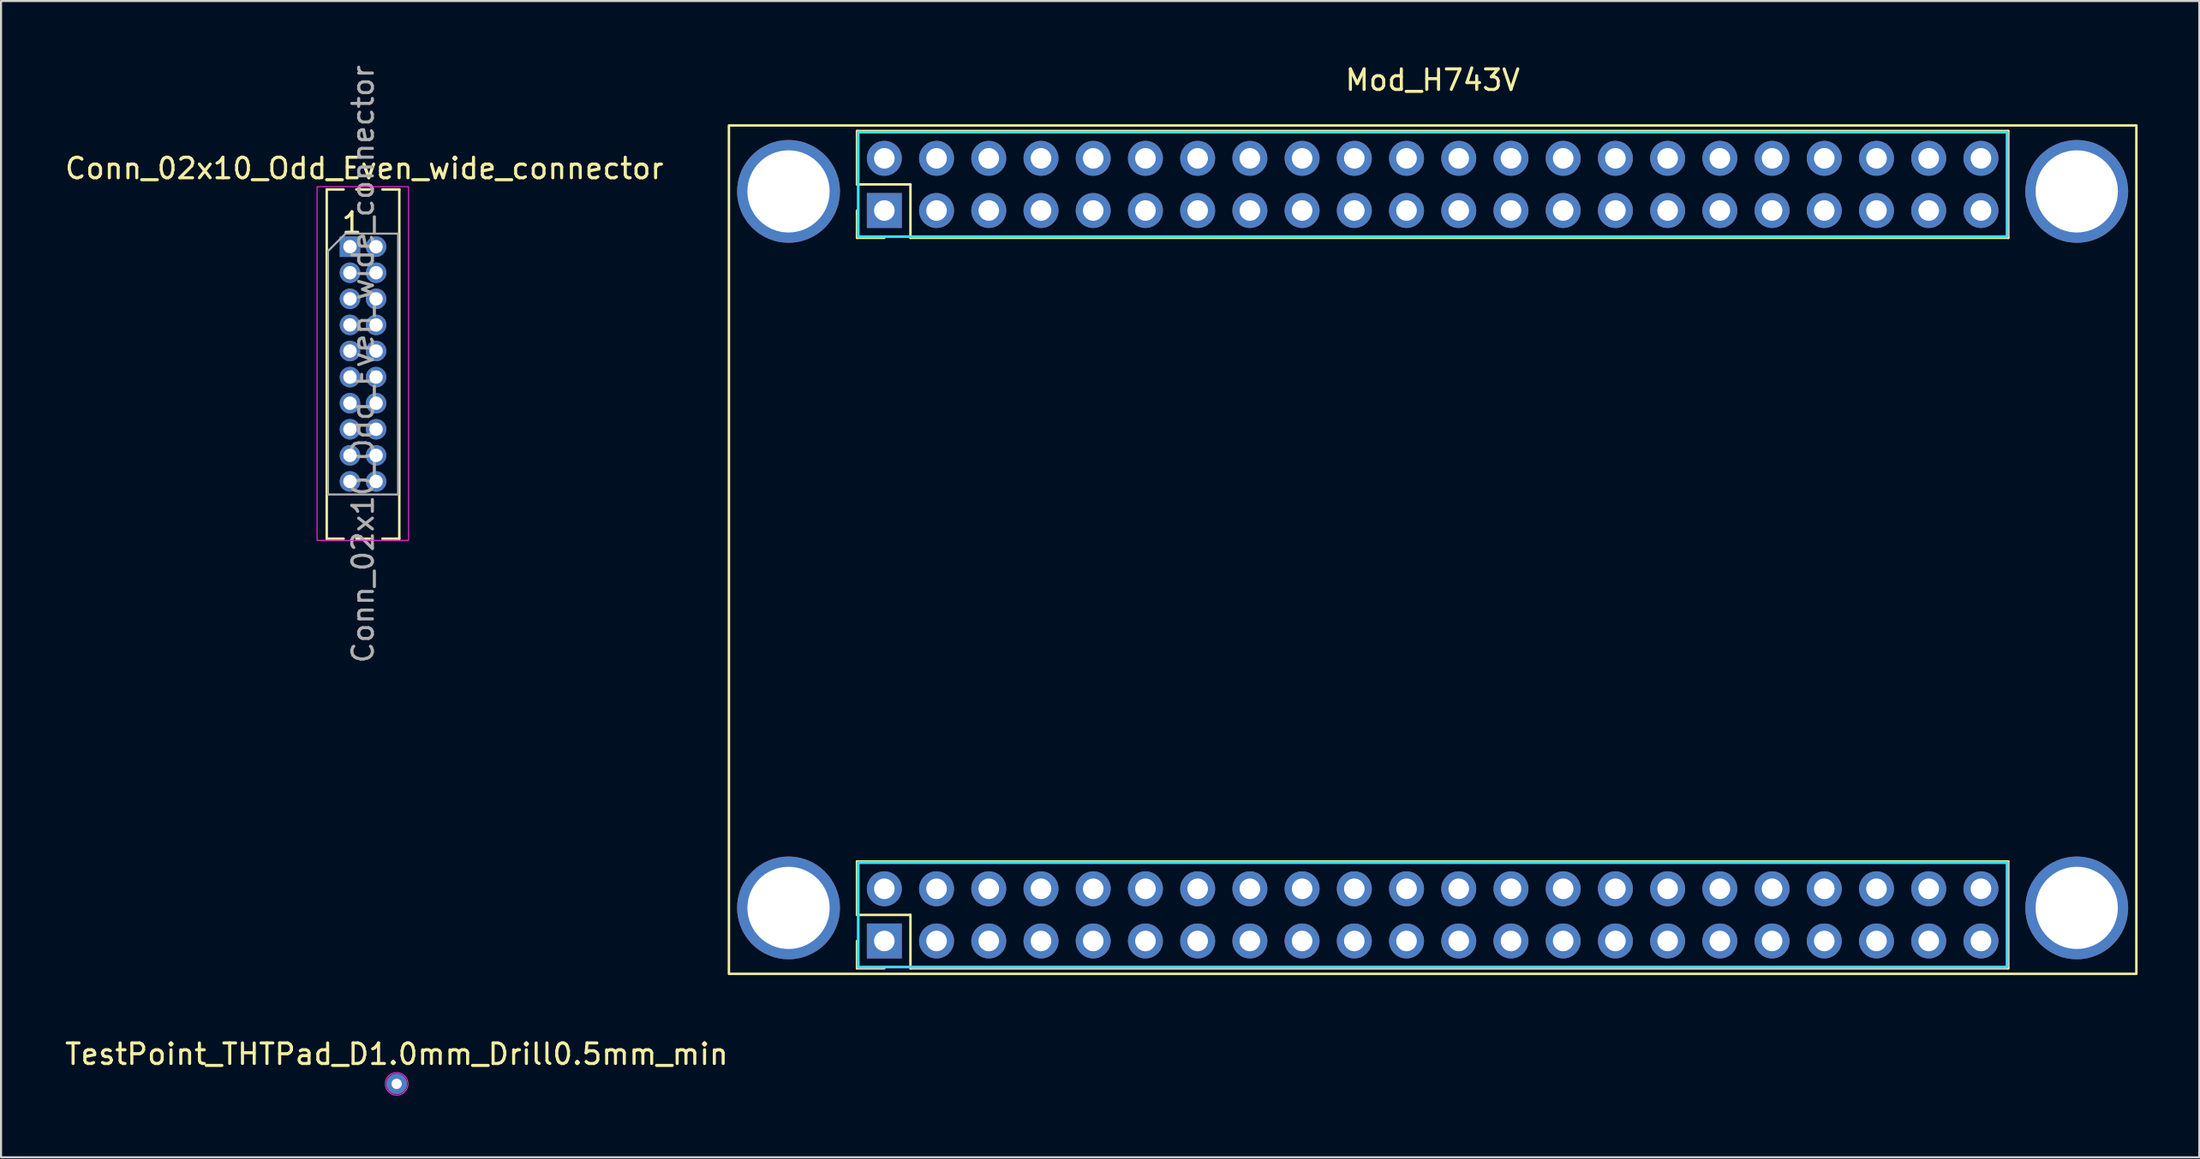
<source format=kicad_pcb>
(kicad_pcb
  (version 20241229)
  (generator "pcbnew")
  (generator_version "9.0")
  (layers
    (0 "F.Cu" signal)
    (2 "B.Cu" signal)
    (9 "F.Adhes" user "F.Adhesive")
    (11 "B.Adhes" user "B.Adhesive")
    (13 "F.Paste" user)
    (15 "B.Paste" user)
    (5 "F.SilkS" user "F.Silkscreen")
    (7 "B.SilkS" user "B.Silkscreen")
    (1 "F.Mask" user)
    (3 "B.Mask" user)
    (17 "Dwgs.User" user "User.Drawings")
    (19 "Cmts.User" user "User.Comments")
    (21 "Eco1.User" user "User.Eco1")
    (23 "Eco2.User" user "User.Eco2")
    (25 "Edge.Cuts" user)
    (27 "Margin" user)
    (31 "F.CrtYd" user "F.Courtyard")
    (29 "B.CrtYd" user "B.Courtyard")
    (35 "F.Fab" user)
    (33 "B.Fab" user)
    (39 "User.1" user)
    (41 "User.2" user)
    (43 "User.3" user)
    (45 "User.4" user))
  (footprint "Mod_H743V"
    (layer "F.Cu")
    (at 66.635 23.708)
    (property "Reference" "Mod_H743V" (at 0 -22.86 0) (unlocked yes) (layer "F.SilkS") (effects (font (size 1 1) (thickness 0.15))))
    (attr through_hole)
    (fp_line (start -28 -20.38) (end 28 -20.38) (stroke (width 0.12) (type solid)) (layer "F.SilkS"))
    (fp_line (start -28 -17.78) (end -28 -20.38) (stroke (width 0.12) (type solid)) (layer "F.SilkS"))
    (fp_line (start -28 -15.18) (end -28 -16.51) (stroke (width 0.12) (type solid)) (layer "F.SilkS"))
    (fp_line (start -28 15.18) (end 28 15.18) (stroke (width 0.12) (type solid)) (layer "F.SilkS"))
    (fp_line (start -28 17.78) (end -28 15.18) (stroke (width 0.12) (type solid)) (layer "F.SilkS"))
    (fp_line (start -28 20.38) (end -28 19.05) (stroke (width 0.12) (type solid)) (layer "F.SilkS"))
    (fp_line (start -26.67 -15.18) (end -28 -15.18) (stroke (width 0.12) (type solid)) (layer "F.SilkS"))
    (fp_line (start -26.67 20.38) (end -28 20.38) (stroke (width 0.12) (type solid)) (layer "F.SilkS"))
    (fp_line (start -25.4 -17.78) (end -28 -17.78) (stroke (width 0.12) (type solid)) (layer "F.SilkS"))
    (fp_line (start -25.4 -15.18) (end -25.4 -17.78) (stroke (width 0.12) (type solid)) (layer "F.SilkS"))
    (fp_line (start -25.4 -15.18) (end 28 -15.18) (stroke (width 0.12) (type solid)) (layer "F.SilkS"))
    (fp_line (start -25.4 17.78) (end -28 17.78) (stroke (width 0.12) (type solid)) (layer "F.SilkS"))
    (fp_line (start -25.4 20.38) (end -25.4 17.78) (stroke (width 0.12) (type solid)) (layer "F.SilkS"))
    (fp_line (start -25.4 20.38) (end 28 20.38) (stroke (width 0.12) (type solid)) (layer "F.SilkS"))
    (fp_line (start 28 -15.18) (end 28 -20.38) (stroke (width 0.12) (type solid)) (layer "F.SilkS"))
    (fp_line (start 28 20.38) (end 28 15.18) (stroke (width 0.12) (type solid)) (layer "F.SilkS"))
    (fp_rect (start -34.23 -20.65) (end 34.23 20.65) (stroke (width 0.12) (type default)) (fill no) (layer "F.SilkS"))
    (fp_rect (start -27.94 -20.32) (end 27.94 -15.24) (stroke (width 0.12) (type default)) (fill no) (layer "B.CrtYd"))
    (fp_rect (start -27.94 15.24) (end 27.94 20.32) (stroke (width 0.12) (type default)) (fill no) (layer "B.CrtYd"))
    (fp_rect (start -27.94 -20.32) (end 27.94 -15.24) (stroke (width 0.12) (type default)) (fill no) (layer "F.CrtYd"))
    (fp_rect (start -27.94 15.24) (end 27.94 20.32) (stroke (width 0.12) (type default)) (fill no) (layer "F.CrtYd"))
    (pad "" thru_hole circle (at -31.33 -17.44) (size 5 5) (drill 4) (layers "*.Cu" "*.Mask"))
    (pad "" thru_hole circle (at -31.33 17.44) (size 5 5) (drill 4) (layers "*.Cu" "*.Mask"))
    (pad "" thru_hole circle (at 31.33 -17.44) (size 5 5) (drill 4) (layers "*.Cu" "*.Mask"))
    (pad "" thru_hole circle (at 31.33 17.44) (size 5 5) (drill 4) (layers "*.Cu" "*.Mask"))
    (pad "1" thru_hole rect (at -26.67 19.05 90) (size 1.7 1.7) (drill 1) (layers "*.Cu" "*.Mask"))
    (pad "2" thru_hole oval (at -26.67 16.51 90) (size 1.7 1.7) (drill 1) (layers "*.Cu" "*.Mask"))
    (pad "3" thru_hole oval (at -24.13 19.05 90) (size 1.7 1.7) (drill 1) (layers "*.Cu" "*.Mask"))
    (pad "4" thru_hole oval (at -24.13 16.51 90) (size 1.7 1.7) (drill 1) (layers "*.Cu" "*.Mask"))
    (pad "5" thru_hole oval (at -21.59 19.05 90) (size 1.7 1.7) (drill 1) (layers "*.Cu" "*.Mask"))
    (pad "6" thru_hole oval (at -21.59 16.51 90) (size 1.7 1.7) (drill 1) (layers "*.Cu" "*.Mask"))
    (pad "7" thru_hole oval (at -19.05 19.05 90) (size 1.7 1.7) (drill 1) (layers "*.Cu" "*.Mask"))
    (pad "8" thru_hole oval (at -19.05 16.51 90) (size 1.7 1.7) (drill 1) (layers "*.Cu" "*.Mask"))
    (pad "9" thru_hole oval (at -16.51 19.05 90) (size 1.7 1.7) (drill 1) (layers "*.Cu" "*.Mask"))
    (pad "10" thru_hole oval (at -16.51 16.51 90) (size 1.7 1.7) (drill 1) (layers "*.Cu" "*.Mask"))
    (pad "11" thru_hole oval (at -13.97 19.05 90) (size 1.7 1.7) (drill 1) (layers "*.Cu" "*.Mask"))
    (pad "12" thru_hole oval (at -13.97 16.51 90) (size 1.7 1.7) (drill 1) (layers "*.Cu" "*.Mask"))
    (pad "13" thru_hole oval (at -11.43 19.05 90) (size 1.7 1.7) (drill 1) (layers "*.Cu" "*.Mask"))
    (pad "14" thru_hole oval (at -11.43 16.51 90) (size 1.7 1.7) (drill 1) (layers "*.Cu" "*.Mask"))
    (pad "15" thru_hole oval (at -8.89 19.05 90) (size 1.7 1.7) (drill 1) (layers "*.Cu" "*.Mask"))
    (pad "16" thru_hole oval (at -8.89 16.51 90) (size 1.7 1.7) (drill 1) (layers "*.Cu" "*.Mask"))
    (pad "17" thru_hole oval (at -6.35 19.05 90) (size 1.7 1.7) (drill 1) (layers "*.Cu" "*.Mask"))
    (pad "18" thru_hole oval (at -6.35 16.51 90) (size 1.7 1.7) (drill 1) (layers "*.Cu" "*.Mask"))
    (pad "19" thru_hole oval (at -3.81 19.05 90) (size 1.7 1.7) (drill 1) (layers "*.Cu" "*.Mask"))
    (pad "20" thru_hole oval (at -3.81 16.51 90) (size 1.7 1.7) (drill 1) (layers "*.Cu" "*.Mask"))
    (pad "21" thru_hole oval (at -1.27 19.05 90) (size 1.7 1.7) (drill 1) (layers "*.Cu" "*.Mask"))
    (pad "22" thru_hole oval (at -1.27 16.51 90) (size 1.7 1.7) (drill 1) (layers "*.Cu" "*.Mask"))
    (pad "23" thru_hole oval (at 1.27 19.05 90) (size 1.7 1.7) (drill 1) (layers "*.Cu" "*.Mask"))
    (pad "24" thru_hole oval (at 1.27 16.51 90) (size 1.7 1.7) (drill 1) (layers "*.Cu" "*.Mask"))
    (pad "25" thru_hole oval (at 3.81 19.05 90) (size 1.7 1.7) (drill 1) (layers "*.Cu" "*.Mask"))
    (pad "26" thru_hole oval (at 3.81 16.51 90) (size 1.7 1.7) (drill 1) (layers "*.Cu" "*.Mask"))
    (pad "27" thru_hole oval (at 6.35 19.05 90) (size 1.7 1.7) (drill 1) (layers "*.Cu" "*.Mask"))
    (pad "28" thru_hole oval (at 6.35 16.51 90) (size 1.7 1.7) (drill 1) (layers "*.Cu" "*.Mask"))
    (pad "29" thru_hole oval (at 8.89 19.05 90) (size 1.7 1.7) (drill 1) (layers "*.Cu" "*.Mask"))
    (pad "30" thru_hole oval (at 8.89 16.51 90) (size 1.7 1.7) (drill 1) (layers "*.Cu" "*.Mask"))
    (pad "31" thru_hole oval (at 11.43 19.05 90) (size 1.7 1.7) (drill 1) (layers "*.Cu" "*.Mask"))
    (pad "32" thru_hole oval (at 11.43 16.51 90) (size 1.7 1.7) (drill 1) (layers "*.Cu" "*.Mask"))
    (pad "33" thru_hole oval (at 13.97 19.05 90) (size 1.7 1.7) (drill 1) (layers "*.Cu" "*.Mask"))
    (pad "34" thru_hole oval (at 13.97 16.51 90) (size 1.7 1.7) (drill 1) (layers "*.Cu" "*.Mask"))
    (pad "35" thru_hole oval (at 16.51 19.05 90) (size 1.7 1.7) (drill 1) (layers "*.Cu" "*.Mask"))
    (pad "36" thru_hole oval (at 16.51 16.51 90) (size 1.7 1.7) (drill 1) (layers "*.Cu" "*.Mask"))
    (pad "37" thru_hole oval (at 19.05 19.05 90) (size 1.7 1.7) (drill 1) (layers "*.Cu" "*.Mask"))
    (pad "38" thru_hole oval (at 19.05 16.51 90) (size 1.7 1.7) (drill 1) (layers "*.Cu" "*.Mask"))
    (pad "39" thru_hole oval (at 21.59 19.05 90) (size 1.7 1.7) (drill 1) (layers "*.Cu" "*.Mask"))
    (pad "40" thru_hole oval (at 21.59 16.51 90) (size 1.7 1.7) (drill 1) (layers "*.Cu" "*.Mask"))
    (pad "41" thru_hole oval (at 24.13 19.05 90) (size 1.7 1.7) (drill 1) (layers "*.Cu" "*.Mask"))
    (pad "42" thru_hole oval (at 24.13 16.51 90) (size 1.7 1.7) (drill 1) (layers "*.Cu" "*.Mask"))
    (pad "43" thru_hole oval (at 26.67 19.05 90) (size 1.7 1.7) (drill 1) (layers "*.Cu" "*.Mask"))
    (pad "44" thru_hole oval (at 26.67 16.51 90) (size 1.7 1.7) (drill 1) (layers "*.Cu" "*.Mask"))
    (pad "45" thru_hole rect (at -26.67 -16.51 90) (size 1.7 1.7) (drill 1) (layers "*.Cu" "*.Mask"))
    (pad "46" thru_hole oval (at -26.67 -19.05 90) (size 1.7 1.7) (drill 1) (layers "*.Cu" "*.Mask"))
    (pad "47" thru_hole oval (at -24.13 -16.51 90) (size 1.7 1.7) (drill 1) (layers "*.Cu" "*.Mask"))
    (pad "48" thru_hole oval (at -24.13 -19.05 90) (size 1.7 1.7) (drill 1) (layers "*.Cu" "*.Mask"))
    (pad "49" thru_hole oval (at -21.59 -16.51 90) (size 1.7 1.7) (drill 1) (layers "*.Cu" "*.Mask"))
    (pad "50" thru_hole oval (at -21.59 -19.05 90) (size 1.7 1.7) (drill 1) (layers "*.Cu" "*.Mask"))
    (pad "51" thru_hole oval (at -19.05 -16.51 90) (size 1.7 1.7) (drill 1) (layers "*.Cu" "*.Mask"))
    (pad "52" thru_hole oval (at -19.05 -19.05 90) (size 1.7 1.7) (drill 1) (layers "*.Cu" "*.Mask"))
    (pad "53" thru_hole oval (at -16.51 -16.51 90) (size 1.7 1.7) (drill 1) (layers "*.Cu" "*.Mask"))
    (pad "54" thru_hole oval (at -16.51 -19.05 90) (size 1.7 1.7) (drill 1) (layers "*.Cu" "*.Mask"))
    (pad "55" thru_hole oval (at -13.97 -16.51 90) (size 1.7 1.7) (drill 1) (layers "*.Cu" "*.Mask"))
    (pad "56" thru_hole oval (at -13.97 -19.05 90) (size 1.7 1.7) (drill 1) (layers "*.Cu" "*.Mask"))
    (pad "57" thru_hole oval (at -11.43 -16.51 90) (size 1.7 1.7) (drill 1) (layers "*.Cu" "*.Mask"))
    (pad "58" thru_hole oval (at -11.43 -19.05 90) (size 1.7 1.7) (drill 1) (layers "*.Cu" "*.Mask"))
    (pad "59" thru_hole oval (at -8.89 -16.51 90) (size 1.7 1.7) (drill 1) (layers "*.Cu" "*.Mask"))
    (pad "60" thru_hole oval (at -8.89 -19.05 90) (size 1.7 1.7) (drill 1) (layers "*.Cu" "*.Mask"))
    (pad "61" thru_hole oval (at -6.35 -16.51 90) (size 1.7 1.7) (drill 1) (layers "*.Cu" "*.Mask"))
    (pad "62" thru_hole oval (at -6.35 -19.05 90) (size 1.7 1.7) (drill 1) (layers "*.Cu" "*.Mask"))
    (pad "63" thru_hole oval (at -3.81 -16.51 90) (size 1.7 1.7) (drill 1) (layers "*.Cu" "*.Mask"))
    (pad "64" thru_hole oval (at -3.81 -19.05 90) (size 1.7 1.7) (drill 1) (layers "*.Cu" "*.Mask"))
    (pad "65" thru_hole oval (at -1.27 -16.51 90) (size 1.7 1.7) (drill 1) (layers "*.Cu" "*.Mask"))
    (pad "66" thru_hole oval (at -1.27 -19.05 90) (size 1.7 1.7) (drill 1) (layers "*.Cu" "*.Mask"))
    (pad "67" thru_hole oval (at 1.27 -16.51 90) (size 1.7 1.7) (drill 1) (layers "*.Cu" "*.Mask"))
    (pad "68" thru_hole oval (at 1.27 -19.05 90) (size 1.7 1.7) (drill 1) (layers "*.Cu" "*.Mask"))
    (pad "69" thru_hole oval (at 3.81 -16.51 90) (size 1.7 1.7) (drill 1) (layers "*.Cu" "*.Mask"))
    (pad "70" thru_hole oval (at 3.81 -19.05 90) (size 1.7 1.7) (drill 1) (layers "*.Cu" "*.Mask"))
    (pad "71" thru_hole oval (at 6.35 -16.51 90) (size 1.7 1.7) (drill 1) (layers "*.Cu" "*.Mask"))
    (pad "72" thru_hole oval (at 6.35 -19.05 90) (size 1.7 1.7) (drill 1) (layers "*.Cu" "*.Mask"))
    (pad "73" thru_hole oval (at 8.89 -16.51 90) (size 1.7 1.7) (drill 1) (layers "*.Cu" "*.Mask"))
    (pad "74" thru_hole oval (at 8.89 -19.05 90) (size 1.7 1.7) (drill 1) (layers "*.Cu" "*.Mask"))
    (pad "75" thru_hole oval (at 11.43 -16.51 90) (size 1.7 1.7) (drill 1) (layers "*.Cu" "*.Mask"))
    (pad "76" thru_hole oval (at 11.43 -19.05 90) (size 1.7 1.7) (drill 1) (layers "*.Cu" "*.Mask"))
    (pad "77" thru_hole oval (at 13.97 -16.51 90) (size 1.7 1.7) (drill 1) (layers "*.Cu" "*.Mask"))
    (pad "78" thru_hole oval (at 13.97 -19.05 90) (size 1.7 1.7) (drill 1) (layers "*.Cu" "*.Mask"))
    (pad "79" thru_hole oval (at 16.51 -16.51 90) (size 1.7 1.7) (drill 1) (layers "*.Cu" "*.Mask"))
    (pad "80" thru_hole oval (at 16.51 -19.05 90) (size 1.7 1.7) (drill 1) (layers "*.Cu" "*.Mask"))
    (pad "81" thru_hole oval (at 19.05 -16.51 90) (size 1.7 1.7) (drill 1) (layers "*.Cu" "*.Mask"))
    (pad "82" thru_hole oval (at 19.05 -19.05 90) (size 1.7 1.7) (drill 1) (layers "*.Cu" "*.Mask"))
    (pad "83" thru_hole oval (at 21.59 -16.51 90) (size 1.7 1.7) (drill 1) (layers "*.Cu" "*.Mask"))
    (pad "84" thru_hole oval (at 21.59 -19.05 90) (size 1.7 1.7) (drill 1) (layers "*.Cu" "*.Mask"))
    (pad "85" thru_hole oval (at 24.13 -16.51 90) (size 1.7 1.7) (drill 1) (layers "*.Cu" "*.Mask"))
    (pad "86" thru_hole oval (at 24.13 -19.05 90) (size 1.7 1.7) (drill 1) (layers "*.Cu" "*.Mask"))
    (pad "87" thru_hole oval (at 26.67 -16.51 90) (size 1.7 1.7) (drill 1) (layers "*.Cu" "*.Mask"))
    (pad "88" thru_hole oval (at 26.67 -19.05 90) (size 1.7 1.7) (drill 1) (layers "*.Cu" "*.Mask")))
  (footprint "TestPoint_THTPad_D1.0mm_Drill0.5mm_min"
    (layer "F.Cu")
    (at 16.244 49.715)
    (property "Reference" "TestPoint_THTPad_D1.0mm_Drill0.5mm_min" (at 0 -1.448 0) (layer "F.SilkS") (effects (font (size 1 1) (thickness 0.15))))
    (attr exclude_from_pos_files exclude_from_bom)
    (fp_circle (center 0 0) (end 0.55 0) (stroke (width 0.05) (type solid)) (fill no) (layer "F.CrtYd"))
    (pad "1" thru_hole circle (at 0 0) (size 1 1) (drill 0.5) (layers "*.Cu" "*.Mask")))
  (footprint "Conn_02x10_Odd_Even_wide_connector"
    (layer "F.Cu")
    (at 13.973 8.958)
    (property "Reference" "Conn_02x10_Odd_Even_wide_connector" (at 0.7 -3.81 0) (unlocked yes) (layer "F.SilkS") (effects (font (size 1 1) (thickness 0.15))))
    (attr through_hole)
    (fp_line (start -1.13 -2.785) (end -1.13 14.215) (stroke (width 0.12) (type solid)) (layer "F.SilkS"))
    (fp_line (start -1.13 -2.785) (end -0.308 -2.785) (stroke (width 0.12) (type solid)) (layer "F.SilkS"))
    (fp_line (start -1.13 14.215) (end -0.308 14.215) (stroke (width 0.12) (type solid)) (layer "F.SilkS"))
    (fp_line (start 0.308 14.215) (end 0.962 14.215) (stroke (width 0.12) (type solid)) (layer "F.SilkS"))
    (fp_line (start 0.962 -2.785) (end 0.308 -2.785) (stroke (width 0.12) (type solid)) (layer "F.SilkS"))
    (fp_line (start 1.578 -2.785) (end 2.4 -2.785) (stroke (width 0.12) (type solid)) (layer "F.SilkS"))
    (fp_line (start 1.578 14.215) (end 2.4 14.215) (stroke (width 0.12) (type solid)) (layer "F.SilkS"))
    (fp_line (start 2.4 -2.785) (end 2.4 14.215) (stroke (width 0.12) (type solid)) (layer "F.SilkS"))
    (fp_rect (start -1.6 -2.92) (end 2.85 14.3) (stroke (width 0.05) (type solid)) (fill no) (layer "F.CrtYd"))
    (fp_line (start -1.07 0.217) (end -0.217 -0.635) (stroke (width 0.1) (type solid)) (layer "F.Fab"))
    (fp_line (start -1.07 12.065) (end -1.07 0.217) (stroke (width 0.1) (type solid)) (layer "F.Fab"))
    (fp_line (start -0.217 -0.635) (end 2.34 -0.635) (stroke (width 0.1) (type solid)) (layer "F.Fab"))
    (fp_line (start 2.34 -0.635) (end 2.34 12.065) (stroke (width 0.1) (type solid)) (layer "F.Fab"))
    (fp_line (start 2.34 12.065) (end -1.07 12.065) (stroke (width 0.1) (type solid)) (layer "F.Fab"))
    (fp_text user "1" (at -0.48 -0.57 0) (unlocked yes) (layer "F.SilkS") (effects (font (size 1 1) (thickness 0.15)) (justify left bottom)))
    (fp_text user "${REFERENCE}" (at 0.635 5.715 90) (layer "F.Fab") (effects (font (size 1 1) (thickness 0.15))))
    (pad "1" thru_hole rect (at 0 0) (size 1 1) (drill 0.65) (layers "*.Cu" "*.Mask"))
    (pad "2" thru_hole oval (at 1.27 0) (size 1 1) (drill 0.65) (layers "*.Cu" "*.Mask"))
    (pad "3" thru_hole oval (at 0 1.27) (size 1 1) (drill 0.65) (layers "*.Cu" "*.Mask"))
    (pad "4" thru_hole oval (at 1.27 1.27) (size 1 1) (drill 0.65) (layers "*.Cu" "*.Mask"))
    (pad "5" thru_hole oval (at 0 2.54) (size 1 1) (drill 0.65) (layers "*.Cu" "*.Mask"))
    (pad "6" thru_hole oval (at 1.27 2.54) (size 1 1) (drill 0.65) (layers "*.Cu" "*.Mask"))
    (pad "7" thru_hole oval (at 0 3.81) (size 1 1) (drill 0.65) (layers "*.Cu" "*.Mask"))
    (pad "8" thru_hole oval (at 1.27 3.81) (size 1 1) (drill 0.65) (layers "*.Cu" "*.Mask"))
    (pad "9" thru_hole oval (at 0 5.08) (size 1 1) (drill 0.65) (layers "*.Cu" "*.Mask"))
    (pad "10" thru_hole oval (at 1.27 5.08) (size 1 1) (drill 0.65) (layers "*.Cu" "*.Mask"))
    (pad "11" thru_hole oval (at 0 6.35) (size 1 1) (drill 0.65) (layers "*.Cu" "*.Mask"))
    (pad "12" thru_hole oval (at 1.27 6.35) (size 1 1) (drill 0.65) (layers "*.Cu" "*.Mask"))
    (pad "13" thru_hole oval (at 0 7.62) (size 1 1) (drill 0.65) (layers "*.Cu" "*.Mask"))
    (pad "14" thru_hole oval (at 1.27 7.62) (size 1 1) (drill 0.65) (layers "*.Cu" "*.Mask"))
    (pad "15" thru_hole oval (at 0 8.89) (size 1 1) (drill 0.65) (layers "*.Cu" "*.Mask"))
    (pad "16" thru_hole oval (at 1.27 8.89) (size 1 1) (drill 0.65) (layers "*.Cu" "*.Mask"))
    (pad "17" thru_hole oval (at 0 10.16) (size 1 1) (drill 0.65) (layers "*.Cu" "*.Mask"))
    (pad "18" thru_hole oval (at 1.27 10.16) (size 1 1) (drill 0.65) (layers "*.Cu" "*.Mask"))
    (pad "19" thru_hole oval (at 0 11.43) (size 1 1) (drill 0.65) (layers "*.Cu" "*.Mask"))
    (pad "20" thru_hole oval (at 1.27 11.43) (size 1 1) (drill 0.65) (layers "*.Cu" "*.Mask")))
  (gr_rect
    (start -3 -3)
    (end 103.925 53.289)
    (stroke (width 0.1) (type default))
    (fill no)
    (layer "Edge.Cuts")))
</source>
